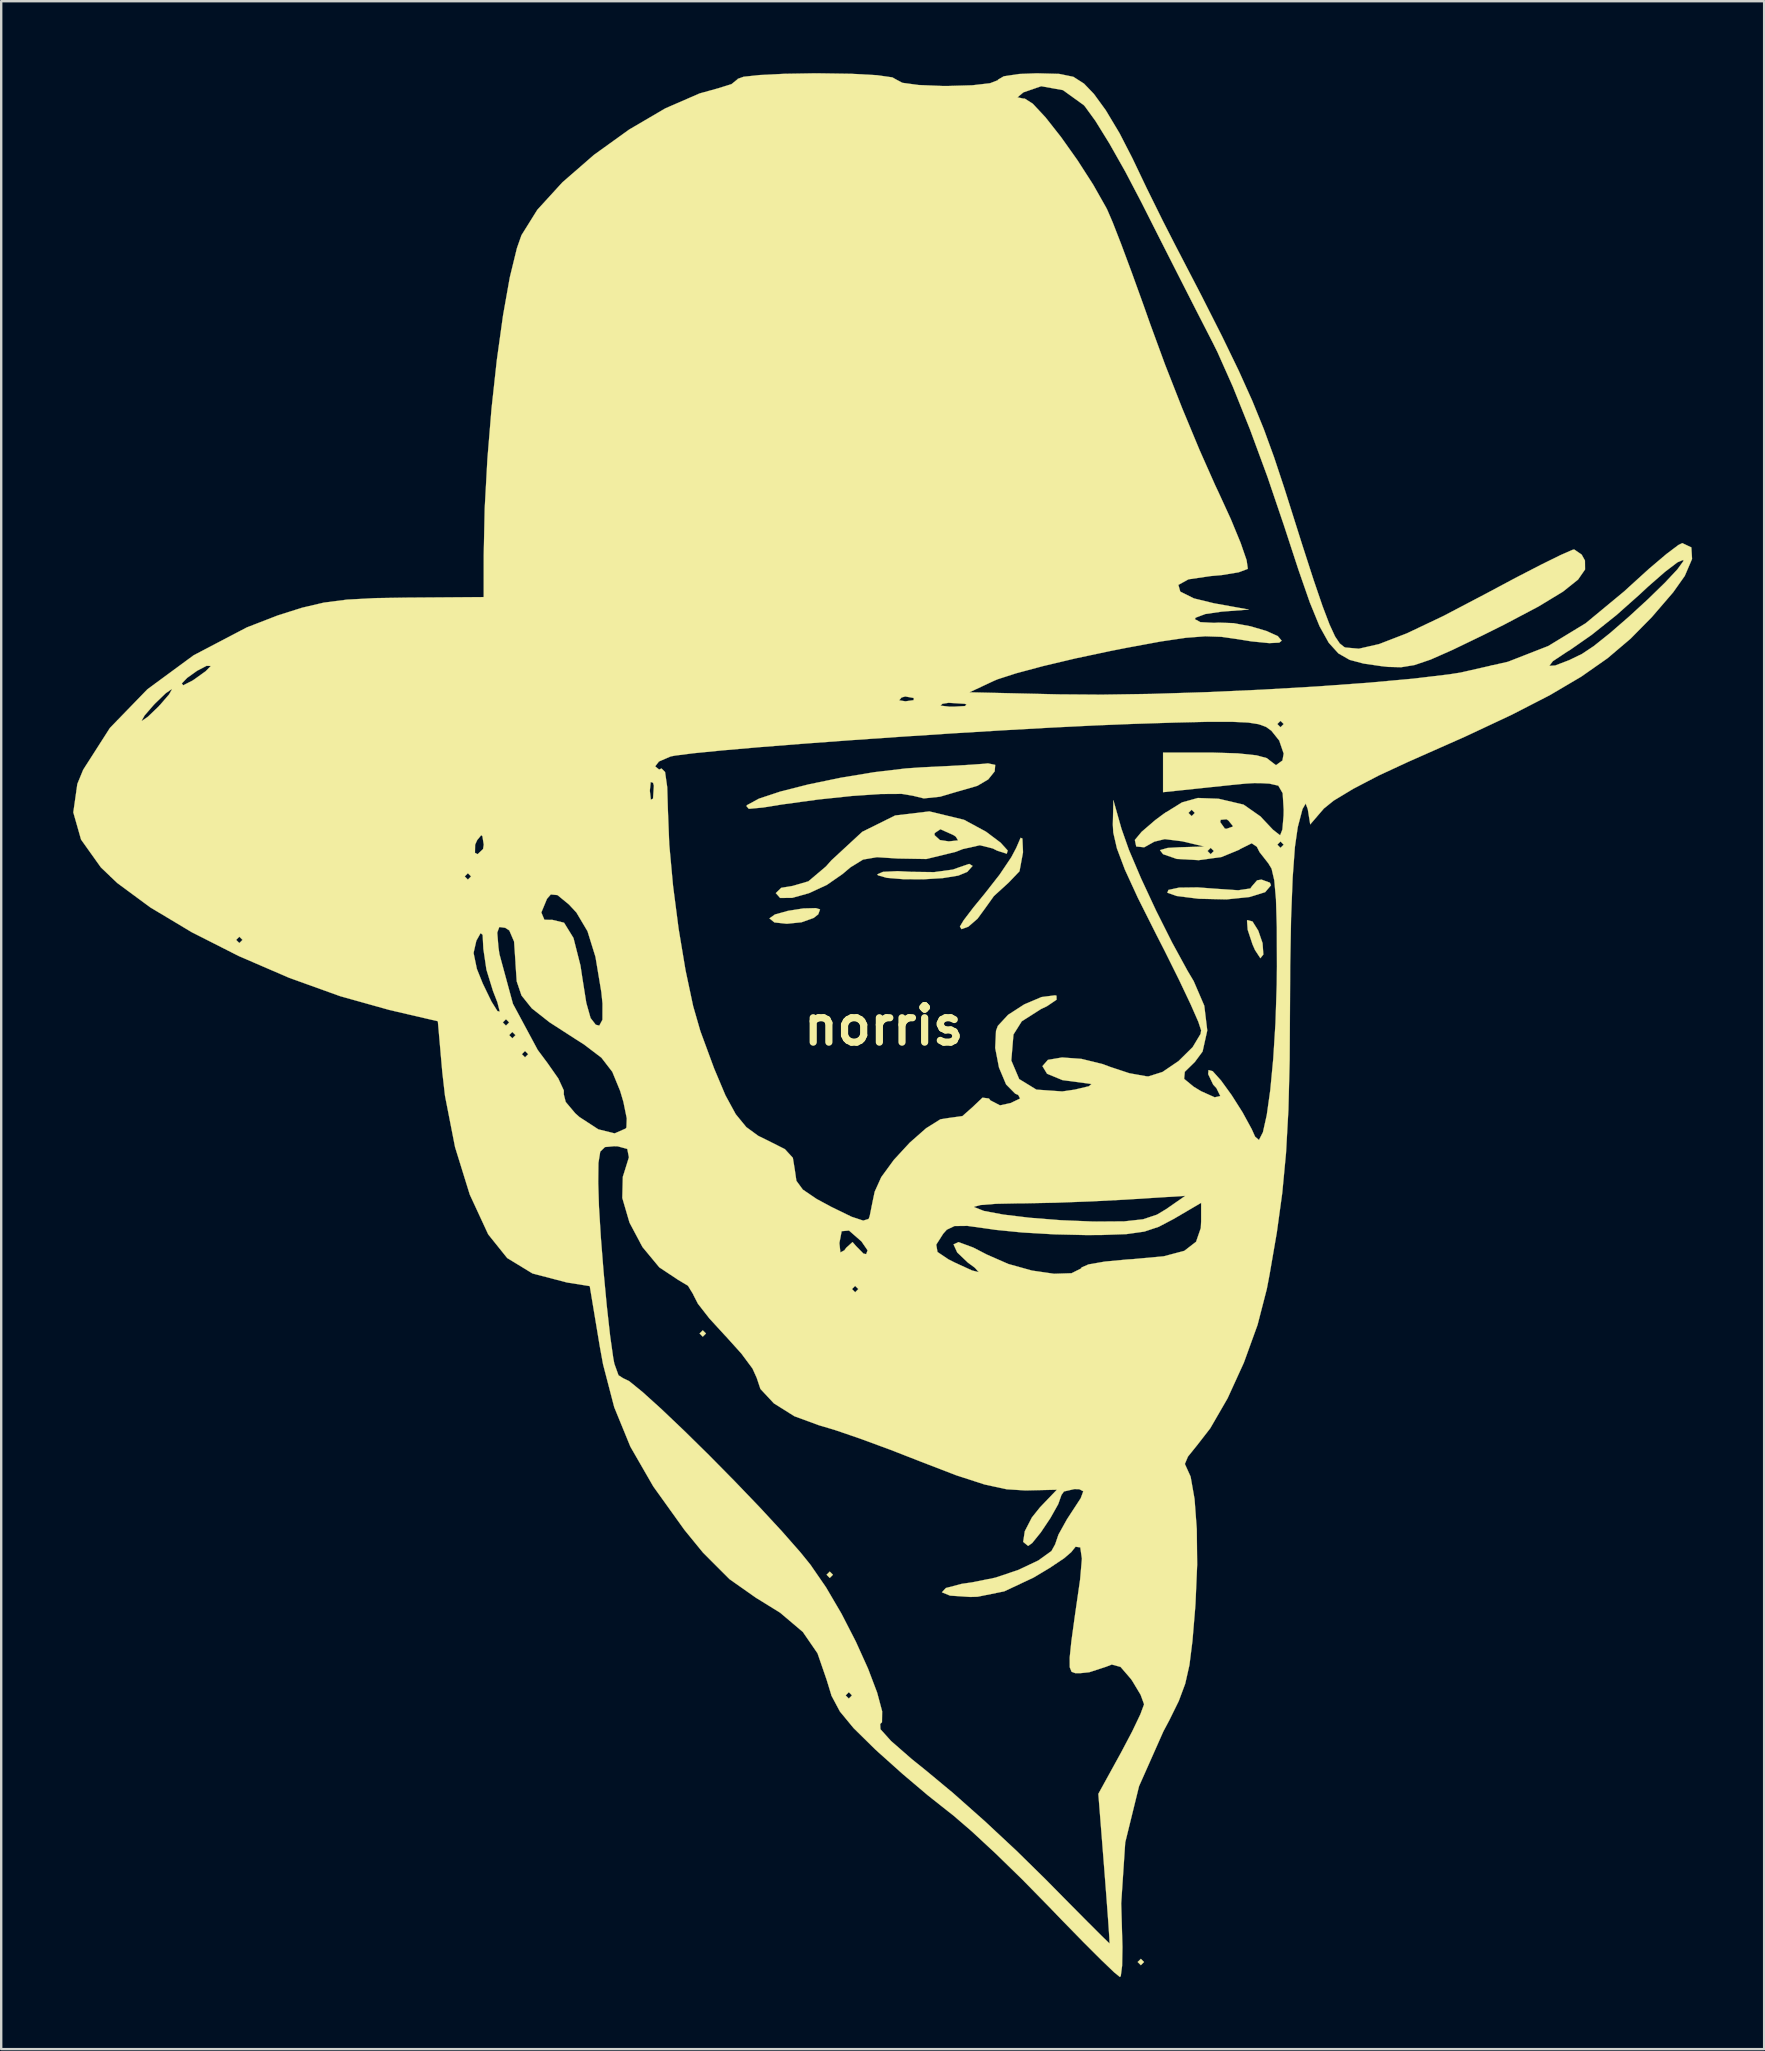
<source format=kicad_pcb>
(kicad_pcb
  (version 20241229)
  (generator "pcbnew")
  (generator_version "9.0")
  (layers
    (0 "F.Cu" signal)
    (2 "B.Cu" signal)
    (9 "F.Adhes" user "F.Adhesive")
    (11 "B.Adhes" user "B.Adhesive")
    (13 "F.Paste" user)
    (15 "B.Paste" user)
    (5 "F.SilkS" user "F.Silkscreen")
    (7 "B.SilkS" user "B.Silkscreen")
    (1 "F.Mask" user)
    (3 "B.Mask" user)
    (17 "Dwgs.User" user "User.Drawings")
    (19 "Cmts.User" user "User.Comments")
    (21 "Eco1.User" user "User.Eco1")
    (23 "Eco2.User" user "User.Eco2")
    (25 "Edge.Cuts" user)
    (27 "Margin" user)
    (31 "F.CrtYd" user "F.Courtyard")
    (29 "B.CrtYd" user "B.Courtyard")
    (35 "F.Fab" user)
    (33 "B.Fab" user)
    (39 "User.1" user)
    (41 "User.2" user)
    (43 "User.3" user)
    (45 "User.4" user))
  (footprint "norris"
    (layer "F.Cu")
    (at 33.78 39.693)
    (property "Reference" "norris" (at 0 0 0) (layer "F.SilkS") (effects (font (size 1.524 1.524) (thickness 0.3))))
    (attr through_hole)
    (fp_poly (pts (xy -7.408 12.832) (xy -7.541 12.965) (xy -7.673 12.832) (xy -7.541 12.7) (xy -7.408 12.832)) (stroke (width 0.01) (type solid)) (fill yes) (layer "F.SilkS"))
    (fp_poly (pts (xy -2.117 22.886) (xy -2.249 23.019) (xy -2.381 22.886) (xy -2.249 22.754) (xy -2.117 22.886)) (stroke (width 0.01) (type solid)) (fill yes) (layer "F.SilkS"))
    (fp_poly (pts (xy 10.848 39.026) (xy 10.716 39.158) (xy 10.583 39.026) (xy 10.716 38.894) (xy 10.848 39.026)) (stroke (width 0.01) (type solid)) (fill yes) (layer "F.SilkS"))
    (fp_poly (pts (xy -2.653 -4.843) (xy -2.73 -4.636) (xy -2.918 -4.488) (xy -3.422 -4.307) (xy -4.038 -4.244) (xy -4.556 -4.3) (xy -4.763 -4.469) (xy -4.534 -4.631) (xy -3.992 -4.782) (xy -3.351 -4.883) (xy -2.826 -4.896) (xy -2.653 -4.843)) (stroke (width 0.01) (type solid)) (fill yes) (layer "F.SilkS"))
    (fp_poly (pts (xy 15.369 -4.34) (xy 15.61 -3.956) (xy 15.789 -3.435) (xy 15.821 -2.966) (xy 15.821 -2.963) (xy 15.698 -2.808) (xy 15.474 -3.149) (xy 15.371 -3.382) (xy 15.169 -3.994) (xy 15.141 -4.371) (xy 15.156 -4.397) (xy 15.369 -4.34)) (stroke (width 0.01) (type solid)) (fill yes) (layer "F.SilkS"))
    (fp_poly (pts (xy 3.704 -6.655) (xy 3.482 -6.406) (xy 3.109 -6.252) (xy 2.464 -6.147) (xy 1.645 -6.097) (xy 0.812 -6.102) (xy 0.13 -6.158) (xy -0.239 -6.263) (xy -0.265 -6.306) (xy -0.027 -6.408) (xy 0.585 -6.437) (xy 1.153 -6.408) (xy 2.1 -6.396) (xy 2.88 -6.502) (xy 3.137 -6.594) (xy 3.562 -6.739) (xy 3.704 -6.655)) (stroke (width 0.01) (type solid)) (fill yes) (layer "F.SilkS"))
    (fp_poly (pts (xy 5.78 -7.796) (xy 5.803 -7.274) (xy 5.804 -7.216) (xy 5.659 -6.433) (xy 5.203 -5.957) (xy 4.592 -5.4) (xy 4.24 -4.907) (xy 3.909 -4.454) (xy 3.527 -4.123) (xy 3.241 -4.02) (xy 3.175 -4.128) (xy 3.332 -4.39) (xy 3.741 -4.927) (xy 4.218 -5.509) (xy 4.83 -6.292) (xy 5.319 -7.02) (xy 5.524 -7.408) (xy 5.705 -7.828) (xy 5.78 -7.796)) (stroke (width 0.01) (type solid)) (fill yes) (layer "F.SilkS"))
    (fp_poly (pts (xy 16.095 -5.956) (xy 16.14 -5.847) (xy 15.896 -5.561) (xy 15.239 -5.358) (xy 14.284 -5.26) (xy 13.142 -5.286) (xy 13.097 -5.29) (xy 12.209 -5.401) (xy 11.821 -5.538) (xy 11.865 -5.654) (xy 12.308 -5.75) (xy 13.083 -5.76) (xy 13.784 -5.707) (xy 14.774 -5.64) (xy 15.28 -5.715) (xy 15.346 -5.808) (xy 15.56 -6.054) (xy 15.743 -6.085) (xy 16.095 -5.956)) (stroke (width 0.01) (type solid)) (fill yes) (layer "F.SilkS"))
    (fp_poly (pts (xy 4.646 -10.866) (xy 4.625 -10.596) (xy 4.355 -10.26) (xy 3.908 -9.996) (xy 3.836 -9.973) (xy 3.003 -9.733) (xy 2.35 -9.54) (xy 1.671 -9.469) (xy 1.216 -9.58) (xy 0.754 -9.657) (xy -0.125 -9.652) (xy -1.32 -9.571) (xy -2.726 -9.423) (xy -4.24 -9.216) (xy -5.027 -9.089) (xy -5.622 -9.034) (xy -5.725 -9.152) (xy -5.689 -9.193) (xy -5.201 -9.458) (xy -4.308 -9.754) (xy -3.13 -10.053) (xy -1.786 -10.331) (xy -0.397 -10.561) (xy 0.916 -10.717) (xy 1.565 -10.762) (xy 2.681 -10.817) (xy 3.605 -10.87) (xy 4.204 -10.913) (xy 4.343 -10.929) (xy 4.646 -10.866)) (stroke (width 0.01) (type solid)) (fill yes) (layer "F.SilkS"))
    (fp_poly (pts (xy 3.345 -8.578) (xy 4.262 -8.082) (xy 4.87 -7.625) (xy 5.167 -7.297) (xy 5.128 -7.163) (xy 4.725 -7.292) (xy 4.545 -7.383) (xy 4.007 -7.517) (xy 3.294 -7.357) (xy 3.002 -7.242) (xy 1.776 -6.943) (xy 0.586 -6.963) (xy -0.281 -7.019) (xy -0.86 -6.92) (xy -1.383 -6.599) (xy -1.716 -6.318) (xy -2.373 -5.862) (xy -3.119 -5.518) (xy -3.814 -5.324) (xy -4.319 -5.32) (xy -4.498 -5.522) (xy -4.271 -5.742) (xy -3.796 -5.821) (xy -3.14 -6.013) (xy -2.411 -6.629) (xy -2.18 -6.888) (xy -1.044 -7.938) (xy 2.117 -7.938) (xy 2.341 -7.733) (xy 2.712 -7.677) (xy 3.099 -7.719) (xy 3.004 -7.874) (xy 2.91 -7.938) (xy 2.363 -8.184) (xy 2.125 -8.026) (xy 2.117 -7.938) (xy -1.044 -7.938) (xy -0.895 -8.076) (xy 0.477 -8.757) (xy 1.901 -8.927) (xy 3.345 -8.578)) (stroke (width 0.01) (type solid)) (fill yes) (layer "F.SilkS"))
    (fp_poly (pts (xy 7.311 -39.663) (xy 7.903 -39.542) (xy 8.348 -39.257) (xy 8.759 -38.828) (xy 9.254 -38.149) (xy 9.83 -37.187) (xy 10.365 -36.146) (xy 10.379 -36.116) (xy 10.965 -34.888) (xy 11.626 -33.549) (xy 12.14 -32.544) (xy 13.225 -30.455) (xy 14.096 -28.736) (xy 14.795 -27.293) (xy 15.362 -26.034) (xy 15.839 -24.863) (xy 16.267 -23.689) (xy 16.689 -22.417) (xy 16.834 -21.96) (xy 17.441 -20.04) (xy 17.918 -18.565) (xy 18.29 -17.477) (xy 18.58 -16.715) (xy 18.81 -16.218) (xy 19.005 -15.927) (xy 19.187 -15.781) (xy 19.24 -15.757) (xy 19.801 -15.707) (xy 20.642 -15.899) (xy 21.804 -16.348) (xy 23.324 -17.07) (xy 25.1 -18.002) (xy 26.323 -18.655) (xy 27.39 -19.206) (xy 28.21 -19.61) (xy 28.694 -19.823) (xy 28.774 -19.844) (xy 29.087 -19.63) (xy 29.225 -19.382) (xy 29.229 -19.009) (xy 28.936 -18.587) (xy 28.304 -18.083) (xy 27.287 -17.466) (xy 25.844 -16.704) (xy 24.964 -16.266) (xy 23.7 -15.656) (xy 22.79 -15.254) (xy 22.118 -15.026) (xy 21.568 -14.936) (xy 21.025 -14.949) (xy 20.731 -14.982) (xy 19.997 -15.089) (xy 19.418 -15.243) (xy 18.95 -15.511) (xy 18.547 -15.956) (xy 18.164 -16.644) (xy 17.757 -17.64) (xy 17.281 -19.009) (xy 16.69 -20.816) (xy 16.679 -20.85) (xy 15.989 -22.883) (xy 15.263 -24.853) (xy 14.552 -26.625) (xy 13.91 -28.067) (xy 13.713 -28.463) (xy 13.039 -29.778) (xy 12.235 -31.357) (xy 11.406 -32.991) (xy 10.731 -34.327) (xy 10.065 -35.598) (xy 9.406 -36.763) (xy 8.824 -37.704) (xy 8.388 -38.305) (xy 8.337 -38.362) (xy 7.47 -38.987) (xy 6.564 -39.15) (xy 5.821 -38.894) (xy 5.575 -38.688) (xy 5.819 -38.634) (xy 5.879 -38.633) (xy 6.213 -38.42) (xy 6.741 -37.854) (xy 7.386 -37.036) (xy 8.073 -36.068) (xy 8.726 -35.053) (xy 9.27 -34.092) (xy 9.317 -33.999) (xy 9.542 -33.477) (xy 9.898 -32.563) (xy 10.344 -31.364) (xy 10.84 -29.99) (xy 11.106 -29.236) (xy 11.724 -27.55) (xy 12.436 -25.736) (xy 13.161 -23.991) (xy 13.818 -22.511) (xy 13.939 -22.256) (xy 14.469 -21.101) (xy 14.875 -20.116) (xy 15.123 -19.398) (xy 15.174 -19.044) (xy 15.165 -19.031) (xy 14.793 -18.892) (xy 14.087 -18.776) (xy 13.626 -18.735) (xy 12.701 -18.599) (xy 12.28 -18.367) (xy 12.359 -18.087) (xy 12.931 -17.803) (xy 13.758 -17.601) (xy 15.214 -17.339) (xy 14.089 -17.253) (xy 13.402 -17.153) (xy 13.004 -17.003) (xy 12.965 -16.94) (xy 13.197 -16.814) (xy 13.773 -16.784) (xy 13.957 -16.795) (xy 14.582 -16.772) (xy 15.289 -16.641) (xy 15.947 -16.447) (xy 16.423 -16.233) (xy 16.585 -16.042) (xy 16.487 -15.961) (xy 16.067 -15.94) (xy 15.321 -16.014) (xy 14.729 -16.109) (xy 14.072 -16.203) (xy 13.397 -16.225) (xy 12.592 -16.163) (xy 11.542 -16.008) (xy 10.134 -15.748) (xy 9.454 -15.614) (xy 8 -15.306) (xy 6.647 -14.985) (xy 5.522 -14.684) (xy 4.75 -14.435) (xy 4.597 -14.371) (xy 3.572 -13.891) (xy 7.276 -13.805) (xy 9.081 -13.792) (xy 11.173 -13.824) (xy 13.44 -13.896) (xy 15.773 -14.001) (xy 18.062 -14.134) (xy 20.196 -14.289) (xy 22.067 -14.459) (xy 23.563 -14.638) (xy 24.041 -14.713) (xy 25.275 -14.994) (xy 27.739 -14.994) (xy 27.984 -15.007) (xy 28.571 -15.232) (xy 29.104 -15.491) (xy 29.593 -15.817) (xy 30.277 -16.364) (xy 31.062 -17.046) (xy 31.854 -17.773) (xy 32.557 -18.458) (xy 33.079 -19.015) (xy 33.324 -19.354) (xy 33.324 -19.409) (xy 33.082 -19.309) (xy 32.558 -18.91) (xy 31.848 -18.289) (xy 31.506 -17.97) (xy 30.536 -17.108) (xy 29.502 -16.283) (xy 28.602 -15.655) (xy 28.476 -15.579) (xy 27.886 -15.187) (xy 27.739 -14.994) (xy 25.275 -14.994) (xy 26.015 -15.163) (xy 27.697 -15.82) (xy 29.256 -16.769) (xy 30.862 -18.098) (xy 31.048 -18.269) (xy 31.898 -19.041) (xy 32.62 -19.653) (xy 33.118 -20.028) (xy 33.281 -20.108) (xy 33.659 -19.929) (xy 33.688 -19.447) (xy 33.385 -18.742) (xy 32.902 -18.059) (xy 32.01 -17.023) (xy 31.122 -16.122) (xy 30.165 -15.31) (xy 29.068 -14.542) (xy 27.76 -13.771) (xy 26.171 -12.954) (xy 24.229 -12.043) (xy 21.862 -10.994) (xy 21.828 -10.979) (xy 20.628 -10.422) (xy 19.563 -9.866) (xy 18.755 -9.378) (xy 18.346 -9.049) (xy 17.775 -8.385) (xy 17.673 -9.021) (xy 17.585 -9.255) (xy 17.453 -9.024) (xy 17.263 -8.301) (xy 17.253 -8.255) (xy 17.136 -7.442) (xy 17.043 -6.166) (xy 16.977 -4.491) (xy 16.94 -2.483) (xy 16.933 -1.064) (xy 16.918 1.42) (xy 16.866 3.503) (xy 16.766 5.313) (xy 16.609 6.977) (xy 16.383 8.623) (xy 16.08 10.378) (xy 15.965 10.98) (xy 15.579 12.476) (xy 15.01 14.047) (xy 14.33 15.535) (xy 13.609 16.782) (xy 13.067 17.481) (xy 12.679 17.963) (xy 12.55 18.27) (xy 12.562 18.295) (xy 12.79 18.798) (xy 12.954 19.728) (xy 13.047 20.985) (xy 13.063 22.468) (xy 12.994 24.078) (xy 12.98 24.282) (xy 12.866 25.652) (xy 12.741 26.649) (xy 12.565 27.428) (xy 12.298 28.145) (xy 11.9 28.954) (xy 11.655 29.414) (xy 10.64 31.701) (xy 10.065 34.043) (xy 9.897 36.583) (xy 9.92 37.374) (xy 9.949 38.4) (xy 9.935 39.183) (xy 9.88 39.608) (xy 9.844 39.651) (xy 9.605 39.457) (xy 9.071 38.945) (xy 8.309 38.184) (xy 7.387 37.24) (xy 6.879 36.712) (xy 5.778 35.589) (xy 4.674 34.513) (xy 3.677 33.587) (xy 2.896 32.914) (xy 2.716 32.774) (xy 1.835 32.076) (xy 0.783 31.185) (xy -0.232 30.276) (xy -0.369 30.15) (xy -1.257 29.276) (xy -1.826 28.585) (xy -2.173 27.934) (xy -2.179 27.914) (xy -1.587 27.914) (xy -1.455 28.046) (xy -1.323 27.914) (xy -1.455 27.781) (xy -1.587 27.914) (xy -2.179 27.914) (xy -2.38 27.259) (xy -2.759 26.16) (xy -3.371 25.27) (xy -4.316 24.469) (xy -5.327 23.844) (xy -6.425 23.072) (xy -7.529 21.967) (xy -8.302 21.021) (xy -9.605 19.203) (xy -10.558 17.548) (xy -11.231 15.904) (xy -11.697 14.115) (xy -11.833 13.369) (xy -12.251 10.857) (xy -13.203 10.705) (xy -14.638 10.33) (xy -15.692 9.687) (xy -16.476 8.71) (xy -16.494 8.678) (xy -17.252 7.041) (xy -17.405 6.548) (xy -11.899 6.548) (xy -11.868 7.541) (xy -11.789 8.828) (xy -11.676 10.255) (xy -11.543 11.67) (xy -11.404 12.92) (xy -11.272 13.853) (xy -11.227 14.091) (xy -11.053 14.573) (xy -10.864 14.694) (xy -10.604 14.821) (xy -10.051 15.271) (xy -9.269 15.978) (xy -8.325 16.876) (xy -7.284 17.9) (xy -6.213 18.986) (xy -5.177 20.066) (xy -4.242 21.076) (xy -3.474 21.95) (xy -3.055 22.467) (xy -2.405 23.41) (xy -1.76 24.51) (xy -1.163 25.672) (xy -0.653 26.8) (xy -0.274 27.8) (xy -0.066 28.576) (xy -0.072 29.033) (xy -0.148 29.107) (xy -0.137 29.323) (xy 0.304 29.814) (xy 1.163 30.564) (xy 1.787 31.067) (xy 2.896 31.989) (xy 4.203 33.149) (xy 5.543 34.399) (xy 6.747 35.582) (xy 7.691 36.539) (xy 8.489 37.344) (xy 9.075 37.929) (xy 9.383 38.228) (xy 9.413 38.253) (xy 9.402 37.998) (xy 9.356 37.319) (xy 9.282 36.321) (xy 9.19 35.125) (xy 8.945 32.018) (xy 9.897 30.287) (xy 10.358 29.412) (xy 10.696 28.704) (xy 10.846 28.299) (xy 10.848 28.276) (xy 10.706 27.888) (xy 10.357 27.307) (xy 10.301 27.227) (xy 9.87 26.727) (xy 9.505 26.628) (xy 9.26 26.723) (xy 8.568 26.949) (xy 8.203 26.987) (xy 7.979 26.986) (xy 7.829 26.93) (xy 7.753 26.741) (xy 7.751 26.341) (xy 7.822 25.652) (xy 7.967 24.595) (xy 8.184 23.092) (xy 8.185 23.085) (xy 8.26 22.218) (xy 8.192 21.747) (xy 7.996 21.718) (xy 7.815 21.944) (xy 7.518 22.199) (xy 6.901 22.611) (xy 6.246 23.003) (xy 5.023 23.578) (xy 3.91 23.803) (xy 3.606 23.812) (xy 2.762 23.756) (xy 2.425 23.617) (xy 2.591 23.439) (xy 3.254 23.265) (xy 3.686 23.203) (xy 4.651 23.008) (xy 5.614 22.684) (xy 6.44 22.293) (xy 6.991 21.897) (xy 7.144 21.62) (xy 7.283 21.213) (xy 7.635 20.579) (xy 7.815 20.302) (xy 8.21 19.698) (xy 8.317 19.409) (xy 8.151 19.321) (xy 7.947 19.315) (xy 7.512 19.416) (xy 7.408 19.561) (xy 7.273 19.943) (xy 6.947 20.523) (xy 6.545 21.124) (xy 6.186 21.566) (xy 6.019 21.685) (xy 5.812 21.518) (xy 5.879 21.074) (xy 6.176 20.498) (xy 6.518 20.071) (xy 7.216 19.343) (xy 5.908 19.373) (xy 5.125 19.324) (xy 4.201 19.124) (xy 3.024 18.742) (xy 1.573 18.183) (xy 0.266 17.673) (xy -0.992 17.21) (xy -2.05 16.848) (xy -2.705 16.654) (xy -3.724 16.279) (xy -4.577 15.744) (xy -5.138 15.143) (xy -5.292 14.682) (xy -5.468 14.293) (xy -5.93 13.671) (xy -6.581 12.948) (xy -6.615 12.914) (xy -7.27 12.199) (xy -7.744 11.59) (xy -7.937 11.214) (xy -7.938 11.202) (xy -8.073 10.98) (xy -1.323 10.98) (xy -1.191 11.113) (xy -1.058 10.98) (xy -1.191 10.848) (xy -1.323 10.98) (xy -8.073 10.98) (xy -8.158 10.841) (xy -8.573 10.593) (xy -9.352 10.075) (xy -10.053 9.229) (xy -10.142 9.062) (xy -1.848 9.062) (xy -1.806 9.454) (xy -1.642 9.367) (xy -1.563 9.26) (xy -1.299 9.021) (xy -1.148 9.194) (xy -0.846 9.501) (xy -0.731 9.525) (xy -0.673 9.365) (xy -0.835 9.129) (xy 2.189 9.129) (xy 2.241 9.435) (xy 2.697 9.742) (xy 2.977 9.883) (xy 3.68 10.205) (xy 3.96 10.275) (xy 3.8 10.093) (xy 3.506 9.876) (xy 3.063 9.454) (xy 2.91 9.119) (xy 3.117 9.023) (xy 3.73 9.249) (xy 4.299 9.543) (xy 5.196 9.936) (xy 6.176 10.209) (xy 7.1 10.343) (xy 7.829 10.32) (xy 8.226 10.121) (xy 8.246 10.079) (xy 8.534 9.953) (xy 9.214 9.835) (xy 10.153 9.747) (xy 10.36 9.735) (xy 11.668 9.615) (xy 12.528 9.387) (xy 13.018 9.008) (xy 13.215 8.437) (xy 13.229 8.159) (xy 13.229 7.386) (xy 12.081 8.059) (xy 11.463 8.384) (xy 10.86 8.585) (xy 10.115 8.69) (xy 9.072 8.727) (xy 8.443 8.73) (xy 7.116 8.7) (xy 5.774 8.622) (xy 4.653 8.511) (xy 4.39 8.472) (xy 3.487 8.347) (xy 2.95 8.353) (xy 2.629 8.506) (xy 2.48 8.672) (xy 2.189 9.129) (xy -0.835 9.129) (xy -0.926 8.996) (xy -1.447 8.541) (xy -1.753 8.568) (xy -1.848 9.062) (xy -10.142 9.062) (xy -10.594 8.212) (xy -10.895 7.183) (xy -10.873 6.299) (xy -10.838 6.191) (xy -10.619 5.489) (xy -10.688 5.14) (xy -11.085 5.031) (xy -11.245 5.027) (xy -11.617 5.062) (xy -11.814 5.252) (xy -11.89 5.724) (xy -11.899 6.548) (xy -17.405 6.548) (xy -17.865 5.064) (xy -18.284 2.925) (xy -18.397 1.936) (xy -18.462 1.191) (xy -15.081 1.191) (xy -14.949 1.323) (xy -14.817 1.191) (xy -14.949 1.058) (xy -15.081 1.191) (xy -18.462 1.191) (xy -18.531 0.397) (xy -15.61 0.397) (xy -15.478 0.529) (xy -15.346 0.397) (xy -15.478 0.265) (xy -15.61 0.397) (xy -18.531 0.397) (xy -18.578 -0.132) (xy -15.875 -0.132) (xy -15.743 0) (xy -15.61 -0.132) (xy -15.743 -0.265) (xy -15.875 -0.132) (xy -18.578 -0.132) (xy -18.582 -0.182) (xy -20.602 -0.652) (xy -22.655 -1.227) (xy -24.783 -1.993) (xy -26.88 -2.899) (xy -27.136 -3.029) (xy -17.094 -3.029) (xy -16.956 -2.363) (xy -16.71 -1.751) (xy -16.348 -1.003) (xy -16.098 -0.604) (xy -16.001 -0.583) (xy -16.1 -0.97) (xy -16.285 -1.447) (xy -16.557 -2.329) (xy -16.686 -3.202) (xy -16.687 -3.233) (xy -16.715 -3.782) (xy -16.801 -3.855) (xy -16.978 -3.537) (xy -17.094 -3.029) (xy -27.136 -3.029) (xy -28.207 -3.572) (xy -26.988 -3.572) (xy -26.855 -3.44) (xy -26.723 -3.572) (xy -26.855 -3.704) (xy -26.988 -3.572) (xy -28.207 -3.572) (xy -28.806 -3.876) (xy -16.107 -3.876) (xy -16.057 -3.268) (xy -16.016 -2.98) (xy -15.453 -0.908) (xy -14.42 1.015) (xy -14.013 1.561) (xy -13.562 2.205) (xy -13.332 2.703) (xy -13.334 2.866) (xy -13.254 3.182) (xy -12.858 3.653) (xy -12.68 3.812) (xy -11.893 4.324) (xy -11.213 4.492) (xy -10.755 4.291) (xy -10.722 4.244) (xy -10.709 3.865) (xy -10.849 3.178) (xy -10.984 2.723) (xy -11.312 1.925) (xy -11.764 1.339) (xy -12.496 0.782) (xy -12.804 0.587) (xy -13.929 -0.139) (xy -14.666 -0.719) (xy -15.095 -1.254) (xy -15.295 -1.843) (xy -15.346 -2.588) (xy -15.346 -2.628) (xy -15.405 -3.503) (xy -15.604 -3.965) (xy -15.773 -4.076) (xy -16.021 -4.109) (xy -16.107 -3.876) (xy -28.806 -3.876) (xy -28.842 -3.894) (xy -30.211 -4.714) (xy -14.27 -4.714) (xy -14.141 -4.409) (xy -13.812 -4.407) (xy -13.322 -4.288) (xy -12.93 -3.652) (xy -12.638 -2.501) (xy -12.565 -2.017) (xy -12.395 -0.945) (xy -12.217 -0.314) (xy -12 -0.035) (xy -11.853 0) (xy -11.722 -0.244) (xy -11.72 -0.92) (xy -11.767 -1.389) (xy -12.013 -2.865) (xy -12.345 -3.933) (xy -12.807 -4.712) (xy -13.118 -5.047) (xy -13.595 -5.439) (xy -13.874 -5.466) (xy -14.033 -5.285) (xy -14.27 -4.714) (xy -30.211 -4.714) (xy -30.564 -4.925) (xy -31.943 -5.942) (xy -32.232 -6.218) (xy -17.462 -6.218) (xy -17.33 -6.085) (xy -17.198 -6.218) (xy -17.33 -6.35) (xy -17.462 -6.218) (xy -32.232 -6.218) (xy -32.625 -6.593) (xy -33.058 -7.2) (xy -17.035 -7.2) (xy -16.925 -7.144) (xy -16.698 -7.358) (xy -16.669 -7.541) (xy -16.725 -7.894) (xy -16.773 -7.938) (xy -16.943 -7.731) (xy -17.029 -7.541) (xy -17.035 -7.2) (xy -33.058 -7.2) (xy -33.452 -7.754) (xy -33.775 -8.887) (xy -33.646 -9.79) (xy -9.748 -9.79) (xy -9.706 -9.414) (xy -9.614 -9.459) (xy -9.579 -10.001) (xy -9.614 -10.12) (xy -9.711 -10.154) (xy -9.748 -9.79) (xy -33.646 -9.79) (xy -33.607 -10.07) (xy -33.364 -10.661) (xy -33.273 -10.804) (xy -9.525 -10.804) (xy -9.361 -10.672) (xy -9.26 -10.716) (xy -9.113 -10.567) (xy -9.023 -9.938) (xy -8.996 -9.021) (xy -8.938 -7.546) (xy -8.781 -5.832) (xy -8.548 -4.033) (xy -8.26 -2.307) (xy -7.942 -0.81) (xy -7.643 0.227) (xy -7.072 1.778) (xy -6.597 2.905) (xy -6.167 3.694) (xy -5.728 4.23) (xy -5.229 4.595) (xy -4.833 4.789) (xy -4.119 5.149) (xy -3.787 5.511) (xy -3.704 6.018) (xy -3.704 6.021) (xy -3.639 6.47) (xy -3.371 6.835) (xy -2.795 7.226) (xy -2.183 7.556) (xy -1.34 7.967) (xy -0.855 8.127) (xy -0.63 8.059) (xy -0.585 7.942) (xy -0.506 7.55) (xy 3.769 7.55) (xy 3.775 7.567) (xy 4.174 7.724) (xy 4.985 7.876) (xy 6.089 8.009) (xy 7.369 8.11) (xy 8.707 8.165) (xy 8.864 8.167) (xy 10.021 8.159) (xy 10.809 8.072) (xy 11.383 7.881) (xy 11.774 7.647) (xy 12.568 7.095) (xy 10.08 7.252) (xy 8.672 7.325) (xy 7.172 7.381) (xy 5.857 7.407) (xy 5.604 7.408) (xy 4.681 7.427) (xy 4.031 7.478) (xy 3.769 7.55) (xy -0.506 7.55) (xy -0.469 7.363) (xy -0.376 6.922) (xy -0.102 6.315) (xy 0.423 5.596) (xy 1.085 4.878) (xy 1.769 4.276) (xy 2.362 3.905) (xy 2.694 3.852) (xy 3.28 3.771) (xy 3.706 3.394) (xy 4.117 3.003) (xy 4.385 3.038) (xy 4.447 3.117) (xy 4.847 3.324) (xy 5.289 3.228) (xy 5.684 3.038) (xy 5.605 2.89) (xy 5.48 2.836) (xy 5.1 2.452) (xy 4.804 1.748) (xy 4.646 0.933) (xy 4.68 0.218) (xy 4.756 0.012) (xy 5.183 -0.449) (xy 5.857 -0.884) (xy 6.577 -1.19) (xy 7.14 -1.262) (xy 7.2 -1.246) (xy 7.203 -1.078) (xy 6.805 -0.809) (xy 6.553 -0.689) (xy 5.753 -0.179) (xy 5.407 0.372) (xy 5.317 1.454) (xy 5.646 2.229) (xy 6.363 2.668) (xy 7.439 2.744) (xy 7.96 2.668) (xy 8.552 2.527) (xy 8.658 2.434) (xy 8.467 2.407) (xy 7.45 2.272) (xy 6.807 2.006) (xy 6.615 1.689) (xy 6.843 1.428) (xy 7.432 1.328) (xy 8.239 1.387) (xy 9.122 1.603) (xy 9.434 1.72) (xy 10.238 1.986) (xy 10.958 2.114) (xy 11.033 2.117) (xy 11.619 1.932) (xy 12.289 1.476) (xy 12.875 0.898) (xy 13.205 0.347) (xy 13.229 0.199) (xy 13.113 -0.156) (xy 12.792 -0.887) (xy 12.31 -1.904) (xy 11.708 -3.115) (xy 11.377 -3.762) (xy 10.594 -5.32) (xy 10.051 -6.502) (xy 9.719 -7.385) (xy 9.567 -8.046) (xy 9.549 -8.373) (xy 9.572 -9.393) (xy 9.909 -8.202) (xy 10.22 -7.321) (xy 10.724 -6.136) (xy 11.347 -4.799) (xy 12.017 -3.464) (xy 12.661 -2.285) (xy 12.919 -1.852) (xy 13.36 -0.828) (xy 13.484 0.202) (xy 13.289 1.08) (xy 12.965 1.517) (xy 12.547 1.926) (xy 12.52 2.22) (xy 12.916 2.546) (xy 13.229 2.736) (xy 13.794 2.989) (xy 14.027 2.934) (xy 13.866 2.606) (xy 13.729 2.457) (xy 13.522 2.022) (xy 13.537 1.853) (xy 13.709 1.899) (xy 14.057 2.287) (xy 14.5 2.898) (xy 14.954 3.614) (xy 15.337 4.316) (xy 15.478 4.63) (xy 15.639 4.768) (xy 15.804 4.444) (xy 15.964 3.727) (xy 16.111 2.684) (xy 16.234 1.384) (xy 16.327 -0.105) (xy 16.38 -1.716) (xy 16.388 -2.466) (xy 16.383 -4.094) (xy 16.348 -5.266) (xy 16.277 -6.057) (xy 16.165 -6.539) (xy 16.031 -6.761) (xy 15.663 -7.23) (xy 15.551 -7.453) (xy 15.422 -7.541) (xy 16.404 -7.541) (xy 16.536 -7.408) (xy 16.669 -7.541) (xy 16.536 -7.673) (xy 16.404 -7.541) (xy 15.422 -7.541) (xy 15.336 -7.598) (xy 14.859 -7.361) (xy 14.807 -7.326) (xy 14.077 -7.026) (xy 13.13 -6.895) (xy 12.214 -6.946) (xy 11.642 -7.144) (xy 11.542 -7.276) (xy 13.494 -7.276) (xy 13.626 -7.144) (xy 13.758 -7.276) (xy 13.626 -7.408) (xy 13.494 -7.276) (xy 11.542 -7.276) (xy 11.514 -7.313) (xy 11.833 -7.404) (xy 12.303 -7.431) (xy 13.361 -7.463) (xy 12.435 -7.682) (xy 11.71 -7.772) (xy 11.267 -7.663) (xy 11.258 -7.655) (xy 10.856 -7.431) (xy 10.524 -7.465) (xy 10.466 -7.736) (xy 10.468 -7.739) (xy 10.749 -8.077) (xy 11.22 -8.482) (xy 14.023 -8.482) (xy 14.215 -8.213) (xy 14.287 -8.202) (xy 14.545 -8.292) (xy 14.552 -8.319) (xy 14.367 -8.545) (xy 14.287 -8.599) (xy 14.044 -8.578) (xy 14.023 -8.482) (xy 11.22 -8.482) (xy 11.315 -8.564) (xy 11.671 -8.829) (xy 11.726 -8.864) (xy 12.7 -8.864) (xy 12.832 -8.731) (xy 12.965 -8.864) (xy 12.832 -8.996) (xy 12.7 -8.864) (xy 11.726 -8.864) (xy 12.432 -9.302) (xy 13.092 -9.486) (xy 13.931 -9.455) (xy 13.969 -9.451) (xy 14.997 -9.21) (xy 15.709 -8.712) (xy 15.787 -8.625) (xy 16.224 -8.162) (xy 16.507 -7.941) (xy 16.524 -7.938) (xy 16.615 -8.172) (xy 16.665 -8.759) (xy 16.669 -8.996) (xy 16.627 -9.686) (xy 16.446 -10) (xy 16.073 -10.085) (xy 15.72 -10.104) (xy 15.438 -10.107) (xy 15.084 -10.086) (xy 14.511 -10.03) (xy 13.574 -9.932) (xy 13.428 -9.916) (xy 11.642 -9.728) (xy 11.642 -11.377) (xy 13.743 -11.377) (xy 14.749 -11.346) (xy 15.538 -11.263) (xy 15.971 -11.145) (xy 16.007 -11.113) (xy 16.347 -10.853) (xy 16.617 -11.048) (xy 16.669 -11.336) (xy 16.483 -11.88) (xy 16.157 -12.288) (xy 15.94 -12.446) (xy 15.642 -12.559) (xy 15.584 -12.568) (xy 16.404 -12.568) (xy 16.536 -12.435) (xy 16.669 -12.568) (xy 16.536 -12.7) (xy 16.404 -12.568) (xy 15.584 -12.568) (xy 15.188 -12.63) (xy 14.503 -12.662) (xy 13.511 -12.661) (xy 12.138 -12.629) (xy 10.402 -12.574) (xy 8.813 -12.51) (xy 6.971 -12.419) (xy 4.951 -12.306) (xy 2.825 -12.177) (xy 0.671 -12.036) (xy -1.438 -11.89) (xy -3.428 -11.743) (xy -5.222 -11.601) (xy -6.747 -11.468) (xy -7.928 -11.351) (xy -8.69 -11.254) (xy -8.881 -11.217) (xy -9.368 -11.007) (xy -9.525 -10.804) (xy -33.273 -10.804) (xy -32.25 -12.403) (xy -31.957 -12.706) (xy -30.928 -12.706) (xy -30.916 -12.7) (xy -30.665 -12.873) (xy -30.224 -13.296) (xy -30.188 -13.335) (xy 2.365 -13.335) (xy 2.731 -13.293) (xy 2.91 -13.291) (xy 3.392 -13.318) (xy 3.449 -13.387) (xy 3.373 -13.412) (xy 2.702 -13.453) (xy 2.447 -13.412) (xy 2.365 -13.335) (xy -30.188 -13.335) (xy -30.163 -13.361) (xy -29.994 -13.557) (xy 0.644 -13.557) (xy 0.904 -13.515) (xy 1.247 -13.563) (xy 1.251 -13.654) (xy 0.897 -13.717) (xy 0.744 -13.674) (xy 0.644 -13.557) (xy -29.994 -13.557) (xy -29.785 -13.799) (xy -29.661 -14.017) (xy -29.673 -14.023) (xy -29.925 -13.85) (xy -30.365 -13.426) (xy -30.427 -13.361) (xy -30.805 -12.924) (xy -30.928 -12.706) (xy -31.957 -12.706) (xy -30.689 -14.014) (xy -30.357 -14.259) (xy -29.254 -14.259) (xy -29.195 -14.182) (xy -28.814 -14.375) (xy -28.74 -14.423) (xy -28.257 -14.77) (xy -28.046 -14.985) (xy -28.046 -14.989) (xy -28.221 -14.994) (xy -28.614 -14.789) (xy -29.03 -14.492) (xy -29.254 -14.259) (xy -30.357 -14.259) (xy -28.762 -15.432) (xy -26.545 -16.594) (xy -25.254 -17.094) (xy -24.238 -17.416) (xy -23.333 -17.628) (xy -22.37 -17.753) (xy -21.183 -17.816) (xy -19.911 -17.836) (xy -16.671 -17.859) (xy -16.67 -19.607) (xy -16.629 -21.552) (xy -16.516 -23.623) (xy -16.344 -25.72) (xy -16.123 -27.745) (xy -15.865 -29.6) (xy -15.583 -31.186) (xy -15.286 -32.403) (xy -15.097 -32.941) (xy -14.436 -34) (xy -13.39 -35.145) (xy -12.075 -36.289) (xy -10.607 -37.345) (xy -9.101 -38.227) (xy -7.672 -38.849) (xy -6.913 -39.059) (xy -6.343 -39.237) (xy -6.087 -39.444) (xy -6.085 -39.456) (xy -5.838 -39.544) (xy -5.161 -39.616) (xy -4.155 -39.666) (xy -2.921 -39.687) (xy -2.778 -39.688) (xy -1.345 -39.667) (xy -0.28 -39.609) (xy 0.361 -39.518) (xy 0.529 -39.423) (xy 0.777 -39.292) (xy 1.453 -39.2) (xy 2.456 -39.159) (xy 2.646 -39.158) (xy 3.694 -39.189) (xy 4.431 -39.274) (xy 4.755 -39.399) (xy 4.763 -39.423) (xy 5.004 -39.563) (xy 5.637 -39.659) (xy 6.381 -39.688) (xy 7.311 -39.663)) (stroke (width 0.01) (type solid)) (fill yes) (layer "F.SilkS")))
  (gr_rect
    (start -3 -3)
    (end 70.473 82.349)
    (stroke (width 0.1) (type default))
    (fill no)
    (layer "Edge.Cuts")))
</source>
